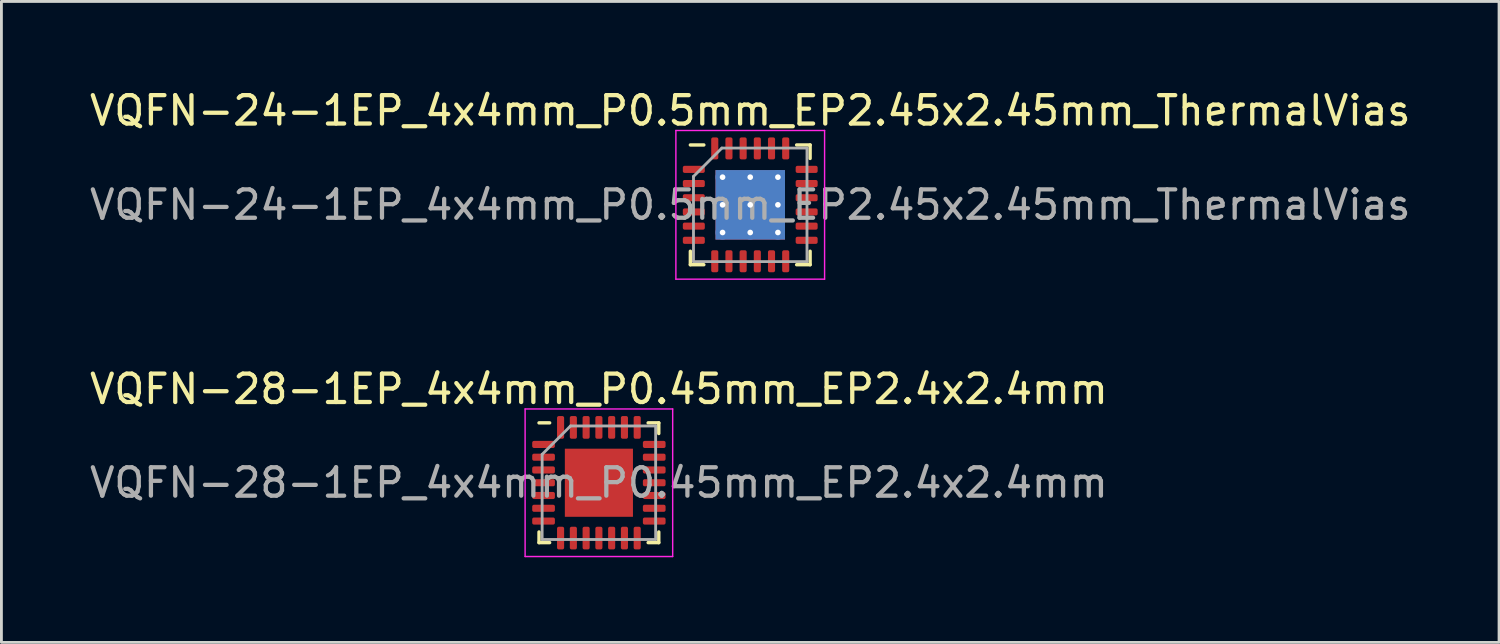
<source format=kicad_pcb>
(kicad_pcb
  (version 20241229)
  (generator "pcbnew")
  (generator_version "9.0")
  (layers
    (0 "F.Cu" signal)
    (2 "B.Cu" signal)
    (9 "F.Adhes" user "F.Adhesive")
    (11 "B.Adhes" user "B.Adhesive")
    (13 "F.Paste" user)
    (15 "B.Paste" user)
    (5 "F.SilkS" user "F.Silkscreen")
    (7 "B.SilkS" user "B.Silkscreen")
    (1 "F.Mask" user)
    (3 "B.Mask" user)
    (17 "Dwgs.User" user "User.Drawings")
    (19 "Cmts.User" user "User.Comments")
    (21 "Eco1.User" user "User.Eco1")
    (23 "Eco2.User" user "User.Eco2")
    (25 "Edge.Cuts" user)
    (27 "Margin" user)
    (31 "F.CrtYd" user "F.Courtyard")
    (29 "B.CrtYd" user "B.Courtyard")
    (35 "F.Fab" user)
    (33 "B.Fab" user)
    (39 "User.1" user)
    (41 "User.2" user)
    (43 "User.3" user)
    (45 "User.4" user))
  (footprint "VQFN-24-1EP_4x4mm_P0.5mm_EP2.45x2.45mm_ThermalVias"
    (layer "F.Cu")
    (at 23.387 4.168)
    (property "Reference" "VQFN-24-1EP_4x4mm_P0.5mm_EP2.45x2.45mm_ThermalVias" (at 0 -3.32 0) (layer "F.SilkS") (effects (font (size 1 1) (thickness 0.15))))
    (attr smd)
    (fp_line (start -2.11 2.11) (end -2.11 1.635) (stroke (width 0.12) (type solid)) (layer "F.SilkS"))
    (fp_line (start -1.635 -2.11) (end -2.11 -2.11) (stroke (width 0.12) (type solid)) (layer "F.SilkS"))
    (fp_line (start -1.635 2.11) (end -2.11 2.11) (stroke (width 0.12) (type solid)) (layer "F.SilkS"))
    (fp_line (start 1.635 -2.11) (end 2.11 -2.11) (stroke (width 0.12) (type solid)) (layer "F.SilkS"))
    (fp_line (start 1.635 2.11) (end 2.11 2.11) (stroke (width 0.12) (type solid)) (layer "F.SilkS"))
    (fp_line (start 2.11 -2.11) (end 2.11 -1.635) (stroke (width 0.12) (type solid)) (layer "F.SilkS"))
    (fp_line (start 2.11 2.11) (end 2.11 1.635) (stroke (width 0.12) (type solid)) (layer "F.SilkS"))
    (fp_line (start -2.62 -2.62) (end -2.62 2.62) (stroke (width 0.05) (type solid)) (layer "F.CrtYd"))
    (fp_line (start -2.62 2.62) (end 2.62 2.62) (stroke (width 0.05) (type solid)) (layer "F.CrtYd"))
    (fp_line (start 2.62 -2.62) (end -2.62 -2.62) (stroke (width 0.05) (type solid)) (layer "F.CrtYd"))
    (fp_line (start 2.62 2.62) (end 2.62 -2.62) (stroke (width 0.05) (type solid)) (layer "F.CrtYd"))
    (fp_line (start -2 -1) (end -1 -2) (stroke (width 0.1) (type solid)) (layer "F.Fab"))
    (fp_line (start -2 2) (end -2 -1) (stroke (width 0.1) (type solid)) (layer "F.Fab"))
    (fp_line (start -1 -2) (end 2 -2) (stroke (width 0.1) (type solid)) (layer "F.Fab"))
    (fp_line (start 2 -2) (end 2 2) (stroke (width 0.1) (type solid)) (layer "F.Fab"))
    (fp_line (start 2 2) (end -2 2) (stroke (width 0.1) (type solid)) (layer "F.Fab"))
    (fp_text user "${REFERENCE}" (at 0 0 0) (layer "F.Fab") (effects (font (size 1 1) (thickness 0.15))))
    (pad "" smd custom (at -0.487 -0.487) (size 0.756 0.756) (layers "F.Paste") (options (anchor circle)) (primitives (gr_poly (pts (xy -0.301 -0.175) (xy -0.175 -0.301) (xy 0.175 -0.301) (xy 0.301 -0.175) (xy 0.301 0.175) (xy 0.175 0.301) (xy -0.175 0.301) (xy -0.301 0.175)) (width 0.306) (fill yes))))
    (pad "" smd custom (at -0.487 0.487) (size 0.756 0.756) (layers "F.Paste") (options (anchor circle)) (primitives (gr_poly (pts (xy -0.301 -0.175) (xy -0.175 -0.301) (xy 0.175 -0.301) (xy 0.301 -0.175) (xy 0.301 0.175) (xy 0.175 0.301) (xy -0.175 0.301) (xy -0.301 0.175)) (width 0.306) (fill yes))))
    (pad "" smd custom (at 0.487 -0.487) (size 0.756 0.756) (layers "F.Paste") (options (anchor circle)) (primitives (gr_poly (pts (xy -0.301 -0.175) (xy -0.175 -0.301) (xy 0.175 -0.301) (xy 0.301 -0.175) (xy 0.301 0.175) (xy 0.175 0.301) (xy -0.175 0.301) (xy -0.301 0.175)) (width 0.306) (fill yes))))
    (pad "" smd custom (at 0.487 0.487) (size 0.756 0.756) (layers "F.Paste") (options (anchor circle)) (primitives (gr_poly (pts (xy -0.301 -0.175) (xy -0.175 -0.301) (xy 0.175 -0.301) (xy 0.301 -0.175) (xy 0.301 0.175) (xy 0.175 0.301) (xy -0.175 0.301) (xy -0.301 0.175)) (width 0.306) (fill yes))))
    (pad "1" smd roundrect (at -1.988 -1.25) (size 0.775 0.25) (layers "F.Cu" "F.Mask" "F.Paste") (roundrect_rratio 0.25))
    (pad "2" smd roundrect (at -1.988 -0.75) (size 0.775 0.25) (layers "F.Cu" "F.Mask" "F.Paste") (roundrect_rratio 0.25))
    (pad "3" smd roundrect (at -1.988 -0.25) (size 0.775 0.25) (layers "F.Cu" "F.Mask" "F.Paste") (roundrect_rratio 0.25))
    (pad "4" smd roundrect (at -1.988 0.25) (size 0.775 0.25) (layers "F.Cu" "F.Mask" "F.Paste") (roundrect_rratio 0.25))
    (pad "5" smd roundrect (at -1.988 0.75) (size 0.775 0.25) (layers "F.Cu" "F.Mask" "F.Paste") (roundrect_rratio 0.25))
    (pad "6" smd roundrect (at -1.988 1.25) (size 0.775 0.25) (layers "F.Cu" "F.Mask" "F.Paste") (roundrect_rratio 0.25))
    (pad "7" smd roundrect (at -1.25 1.988) (size 0.25 0.775) (layers "F.Cu" "F.Mask" "F.Paste") (roundrect_rratio 0.25))
    (pad "8" smd roundrect (at -0.75 1.988) (size 0.25 0.775) (layers "F.Cu" "F.Mask" "F.Paste") (roundrect_rratio 0.25))
    (pad "9" smd roundrect (at -0.25 1.988) (size 0.25 0.775) (layers "F.Cu" "F.Mask" "F.Paste") (roundrect_rratio 0.25))
    (pad "10" smd roundrect (at 0.25 1.988) (size 0.25 0.775) (layers "F.Cu" "F.Mask" "F.Paste") (roundrect_rratio 0.25))
    (pad "11" smd roundrect (at 0.75 1.988) (size 0.25 0.775) (layers "F.Cu" "F.Mask" "F.Paste") (roundrect_rratio 0.25))
    (pad "12" smd roundrect (at 1.25 1.988) (size 0.25 0.775) (layers "F.Cu" "F.Mask" "F.Paste") (roundrect_rratio 0.25))
    (pad "13" smd roundrect (at 1.988 1.25) (size 0.775 0.25) (layers "F.Cu" "F.Mask" "F.Paste") (roundrect_rratio 0.25))
    (pad "14" smd roundrect (at 1.988 0.75) (size 0.775 0.25) (layers "F.Cu" "F.Mask" "F.Paste") (roundrect_rratio 0.25))
    (pad "15" smd roundrect (at 1.988 0.25) (size 0.775 0.25) (layers "F.Cu" "F.Mask" "F.Paste") (roundrect_rratio 0.25))
    (pad "16" smd roundrect (at 1.988 -0.25) (size 0.775 0.25) (layers "F.Cu" "F.Mask" "F.Paste") (roundrect_rratio 0.25))
    (pad "17" smd roundrect (at 1.988 -0.75) (size 0.775 0.25) (layers "F.Cu" "F.Mask" "F.Paste") (roundrect_rratio 0.25))
    (pad "18" smd roundrect (at 1.988 -1.25) (size 0.775 0.25) (layers "F.Cu" "F.Mask" "F.Paste") (roundrect_rratio 0.25))
    (pad "19" smd roundrect (at 1.25 -1.988) (size 0.25 0.775) (layers "F.Cu" "F.Mask" "F.Paste") (roundrect_rratio 0.25))
    (pad "20" smd roundrect (at 0.75 -1.988) (size 0.25 0.775) (layers "F.Cu" "F.Mask" "F.Paste") (roundrect_rratio 0.25))
    (pad "21" smd roundrect (at 0.25 -1.988) (size 0.25 0.775) (layers "F.Cu" "F.Mask" "F.Paste") (roundrect_rratio 0.25))
    (pad "22" smd roundrect (at -0.25 -1.988) (size 0.25 0.775) (layers "F.Cu" "F.Mask" "F.Paste") (roundrect_rratio 0.25))
    (pad "23" smd roundrect (at -0.75 -1.988) (size 0.25 0.775) (layers "F.Cu" "F.Mask" "F.Paste") (roundrect_rratio 0.25))
    (pad "24" smd roundrect (at -1.25 -1.988) (size 0.25 0.775) (layers "F.Cu" "F.Mask" "F.Paste") (roundrect_rratio 0.25))
    (pad "25" thru_hole circle (at -0.975 -0.975) (size 0.5 0.5) (drill 0.2) (layers "*.Cu"))
    (pad "25" thru_hole circle (at -0.975 0) (size 0.5 0.5) (drill 0.2) (layers "*.Cu"))
    (pad "25" thru_hole circle (at -0.975 0.975) (size 0.5 0.5) (drill 0.2) (layers "*.Cu"))
    (pad "25" thru_hole circle (at 0 -0.975) (size 0.5 0.5) (drill 0.2) (layers "*.Cu"))
    (pad "25" thru_hole circle (at 0 0) (size 0.5 0.5) (drill 0.2) (layers "*.Cu"))
    (pad "25" smd rect (at 0 0) (size 2.45 2.45) (layers "F.Cu" "F.Mask"))
    (pad "25" smd rect (at 0 0) (size 2.45 2.45) (layers "B.Cu"))
    (pad "25" thru_hole circle (at 0 0.975) (size 0.5 0.5) (drill 0.2) (layers "*.Cu"))
    (pad "25" thru_hole circle (at 0.975 -0.975) (size 0.5 0.5) (drill 0.2) (layers "*.Cu"))
    (pad "25" thru_hole circle (at 0.975 0) (size 0.5 0.5) (drill 0.2) (layers "*.Cu"))
    (pad "25" thru_hole circle (at 0.975 0.975) (size 0.5 0.5) (drill 0.2) (layers "*.Cu")))
  (footprint "VQFN-28-1EP_4x4mm_P0.45mm_EP2.4x2.4mm"
    (layer "F.Cu")
    (at 18.054 13.961)
    (property "Reference" "VQFN-28-1EP_4x4mm_P0.45mm_EP2.4x2.4mm" (at 0 -3.3 0) (layer "F.SilkS") (effects (font (size 1 1) (thickness 0.15))))
    (attr smd)
    (fp_line (start -2.11 2.11) (end -2.11 1.735) (stroke (width 0.12) (type solid)) (layer "F.SilkS"))
    (fp_line (start -1.735 -2.11) (end -2.11 -2.11) (stroke (width 0.12) (type solid)) (layer "F.SilkS"))
    (fp_line (start -1.735 2.11) (end -2.11 2.11) (stroke (width 0.12) (type solid)) (layer "F.SilkS"))
    (fp_line (start 1.735 -2.11) (end 2.11 -2.11) (stroke (width 0.12) (type solid)) (layer "F.SilkS"))
    (fp_line (start 1.735 2.11) (end 2.11 2.11) (stroke (width 0.12) (type solid)) (layer "F.SilkS"))
    (fp_line (start 2.11 -2.11) (end 2.11 -1.735) (stroke (width 0.12) (type solid)) (layer "F.SilkS"))
    (fp_line (start 2.11 2.11) (end 2.11 1.735) (stroke (width 0.12) (type solid)) (layer "F.SilkS"))
    (fp_line (start -2.6 -2.6) (end -2.6 2.6) (stroke (width 0.05) (type solid)) (layer "F.CrtYd"))
    (fp_line (start -2.6 2.6) (end 2.6 2.6) (stroke (width 0.05) (type solid)) (layer "F.CrtYd"))
    (fp_line (start 2.6 -2.6) (end -2.6 -2.6) (stroke (width 0.05) (type solid)) (layer "F.CrtYd"))
    (fp_line (start 2.6 2.6) (end 2.6 -2.6) (stroke (width 0.05) (type solid)) (layer "F.CrtYd"))
    (fp_line (start -2 -1) (end -1 -2) (stroke (width 0.1) (type solid)) (layer "F.Fab"))
    (fp_line (start -2 2) (end -2 -1) (stroke (width 0.1) (type solid)) (layer "F.Fab"))
    (fp_line (start -1 -2) (end 2 -2) (stroke (width 0.1) (type solid)) (layer "F.Fab"))
    (fp_line (start 2 -2) (end 2 2) (stroke (width 0.1) (type solid)) (layer "F.Fab"))
    (fp_line (start 2 2) (end -2 2) (stroke (width 0.1) (type solid)) (layer "F.Fab"))
    (fp_text user "${REFERENCE}" (at 0 0 0) (layer "F.Fab") (effects (font (size 1 1) (thickness 0.15))))
    (pad "" smd roundrect (at -0.6 -0.6) (size 0.97 0.97) (layers "F.Paste") (roundrect_rratio 0.25))
    (pad "" smd roundrect (at -0.6 0.6) (size 0.97 0.97) (layers "F.Paste") (roundrect_rratio 0.25))
    (pad "" smd roundrect (at 0.6 -0.6) (size 0.97 0.97) (layers "F.Paste") (roundrect_rratio 0.25))
    (pad "" smd roundrect (at 0.6 0.6) (size 0.97 0.97) (layers "F.Paste") (roundrect_rratio 0.25))
    (pad "1" smd roundrect (at -1.95 -1.35) (size 0.8 0.25) (layers "F.Cu" "F.Mask" "F.Paste") (roundrect_rratio 0.25))
    (pad "2" smd roundrect (at -1.95 -0.9) (size 0.8 0.25) (layers "F.Cu" "F.Mask" "F.Paste") (roundrect_rratio 0.25))
    (pad "3" smd roundrect (at -1.95 -0.45) (size 0.8 0.25) (layers "F.Cu" "F.Mask" "F.Paste") (roundrect_rratio 0.25))
    (pad "4" smd roundrect (at -1.95 0) (size 0.8 0.25) (layers "F.Cu" "F.Mask" "F.Paste") (roundrect_rratio 0.25))
    (pad "5" smd roundrect (at -1.95 0.45) (size 0.8 0.25) (layers "F.Cu" "F.Mask" "F.Paste") (roundrect_rratio 0.25))
    (pad "6" smd roundrect (at -1.95 0.9) (size 0.8 0.25) (layers "F.Cu" "F.Mask" "F.Paste") (roundrect_rratio 0.25))
    (pad "7" smd roundrect (at -1.95 1.35) (size 0.8 0.25) (layers "F.Cu" "F.Mask" "F.Paste") (roundrect_rratio 0.25))
    (pad "8" smd roundrect (at -1.35 1.95) (size 0.25 0.8) (layers "F.Cu" "F.Mask" "F.Paste") (roundrect_rratio 0.25))
    (pad "9" smd roundrect (at -0.9 1.95) (size 0.25 0.8) (layers "F.Cu" "F.Mask" "F.Paste") (roundrect_rratio 0.25))
    (pad "10" smd roundrect (at -0.45 1.95) (size 0.25 0.8) (layers "F.Cu" "F.Mask" "F.Paste") (roundrect_rratio 0.25))
    (pad "11" smd roundrect (at 0 1.95) (size 0.25 0.8) (layers "F.Cu" "F.Mask" "F.Paste") (roundrect_rratio 0.25))
    (pad "12" smd roundrect (at 0.45 1.95) (size 0.25 0.8) (layers "F.Cu" "F.Mask" "F.Paste") (roundrect_rratio 0.25))
    (pad "13" smd roundrect (at 0.9 1.95) (size 0.25 0.8) (layers "F.Cu" "F.Mask" "F.Paste") (roundrect_rratio 0.25))
    (pad "14" smd roundrect (at 1.35 1.95) (size 0.25 0.8) (layers "F.Cu" "F.Mask" "F.Paste") (roundrect_rratio 0.25))
    (pad "15" smd roundrect (at 1.95 1.35) (size 0.8 0.25) (layers "F.Cu" "F.Mask" "F.Paste") (roundrect_rratio 0.25))
    (pad "16" smd roundrect (at 1.95 0.9) (size 0.8 0.25) (layers "F.Cu" "F.Mask" "F.Paste") (roundrect_rratio 0.25))
    (pad "17" smd roundrect (at 1.95 0.45) (size 0.8 0.25) (layers "F.Cu" "F.Mask" "F.Paste") (roundrect_rratio 0.25))
    (pad "18" smd roundrect (at 1.95 0) (size 0.8 0.25) (layers "F.Cu" "F.Mask" "F.Paste") (roundrect_rratio 0.25))
    (pad "19" smd roundrect (at 1.95 -0.45) (size 0.8 0.25) (layers "F.Cu" "F.Mask" "F.Paste") (roundrect_rratio 0.25))
    (pad "20" smd roundrect (at 1.95 -0.9) (size 0.8 0.25) (layers "F.Cu" "F.Mask" "F.Paste") (roundrect_rratio 0.25))
    (pad "21" smd roundrect (at 1.95 -1.35) (size 0.8 0.25) (layers "F.Cu" "F.Mask" "F.Paste") (roundrect_rratio 0.25))
    (pad "22" smd roundrect (at 1.35 -1.95) (size 0.25 0.8) (layers "F.Cu" "F.Mask" "F.Paste") (roundrect_rratio 0.25))
    (pad "23" smd roundrect (at 0.9 -1.95) (size 0.25 0.8) (layers "F.Cu" "F.Mask" "F.Paste") (roundrect_rratio 0.25))
    (pad "24" smd roundrect (at 0.45 -1.95) (size 0.25 0.8) (layers "F.Cu" "F.Mask" "F.Paste") (roundrect_rratio 0.25))
    (pad "25" smd roundrect (at 0 -1.95) (size 0.25 0.8) (layers "F.Cu" "F.Mask" "F.Paste") (roundrect_rratio 0.25))
    (pad "26" smd roundrect (at -0.45 -1.95) (size 0.25 0.8) (layers "F.Cu" "F.Mask" "F.Paste") (roundrect_rratio 0.25))
    (pad "27" smd roundrect (at -0.9 -1.95) (size 0.25 0.8) (layers "F.Cu" "F.Mask" "F.Paste") (roundrect_rratio 0.25))
    (pad "28" smd roundrect (at -1.35 -1.95) (size 0.25 0.8) (layers "F.Cu" "F.Mask" "F.Paste") (roundrect_rratio 0.25))
    (pad "29" smd rect (at 0 0) (size 2.4 2.4) (layers "F.Cu" "F.Mask")))
  (gr_rect
    (start -3 -3)
    (end 49.774 19.587)
    (stroke (width 0.1) (type default))
    (fill no)
    (layer "Edge.Cuts")))
</source>
